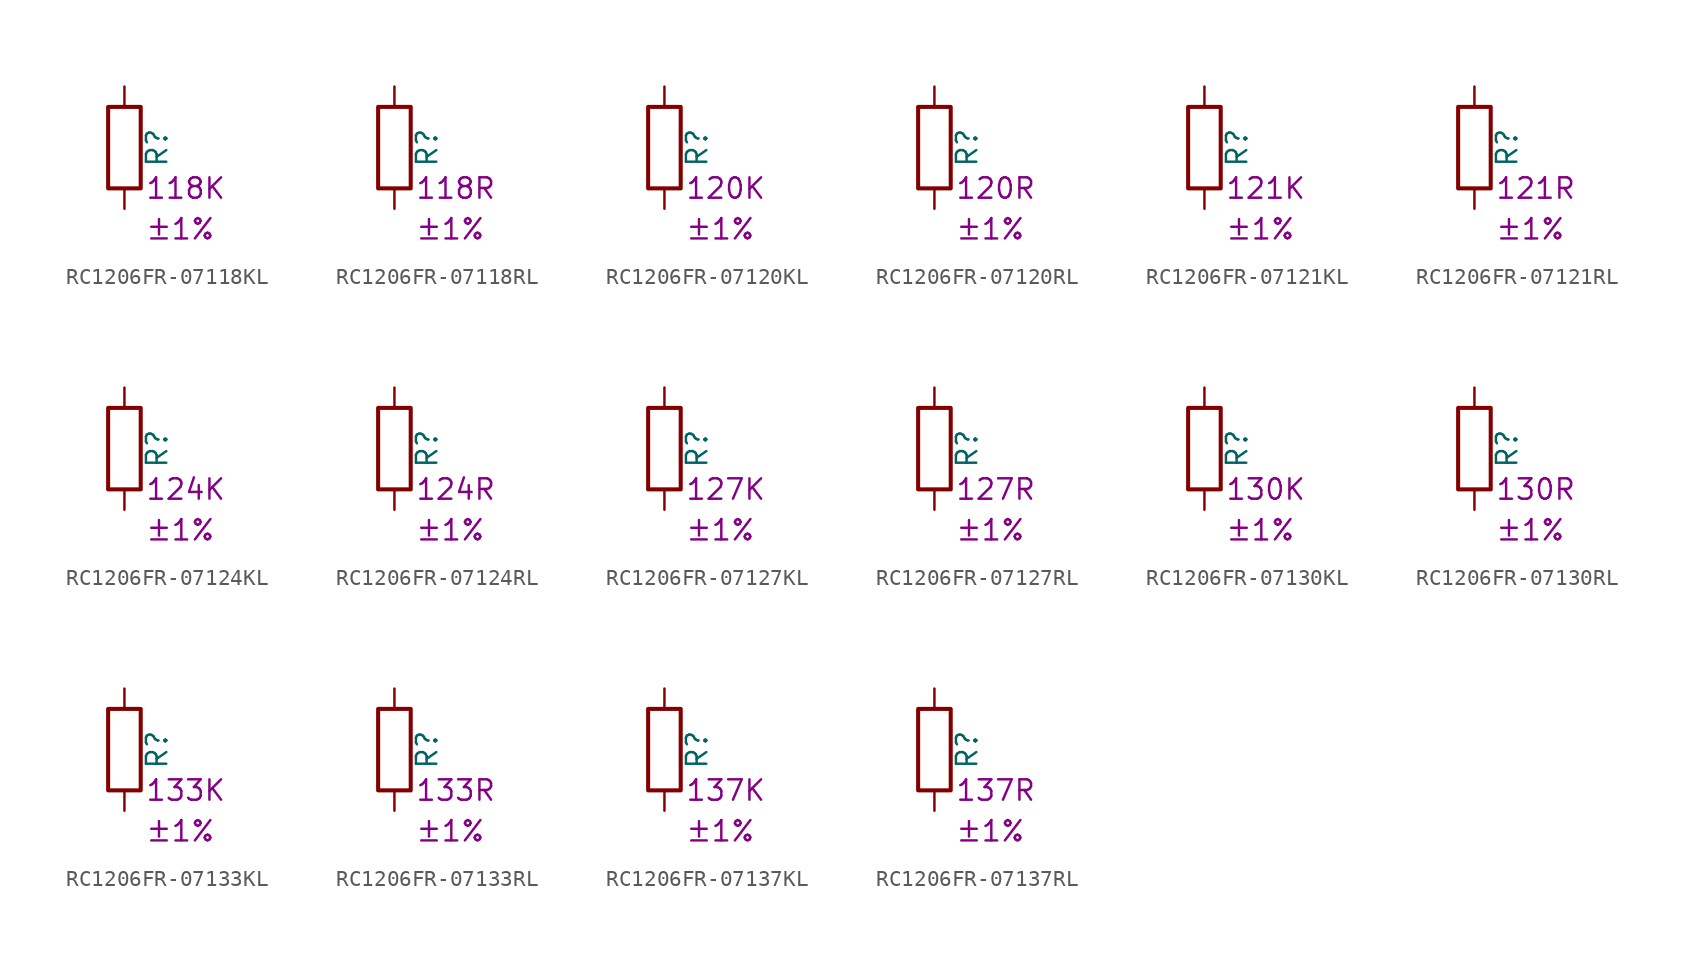
<source format=kicad_sym>
(kicad_symbol_lib
  (version 20220914)
  (generator kicad_symbol_editor)
  (symbol "RC1206FR-07118KL"
    (pin_numbers hide)
    (pin_names
      (offset 0))
    (property "Reference" "R"
      (at 2.032 0 90)
      (effects (font (size 1.27 1.27))))
    (property "Resistance" "118K"
      (at 1.27 -2.54 0)
      (effects (font (size 1.27 1.27)) (justify left)))
    (property "Tolerance" "±1%"
      (at 1.27 -5.08 0)
      (effects (font (size 1.27 1.27)) (justify left)))
    (symbol "RC1206FR-07118KL_0_1"
      (rectangle (start -1.016 -2.54) (end 1.016 2.54) (stroke (width 0.254) (type default)) (fill (type none))))
    (symbol "RC1206FR-07118KL_1_1"
      (pin passive line (at 0 3.81 270) (length 1.27) (name "~" (effects (font (size 1.27 1.27)))) (number "1" (effects (font (size 1.27 1.27)))))
      (pin passive line (at 0 -3.81 90) (length 1.27) (name "~" (effects (font (size 1.27 1.27)))) (number "2" (effects (font (size 1.27 1.27)))))))
  (symbol "RC1206FR-07118RL"
    (pin_numbers hide)
    (pin_names
      (offset 0))
    (property "Reference" "R"
      (at 2.032 0 90)
      (effects (font (size 1.27 1.27))))
    (property "Resistance" "118R"
      (at 1.27 -2.54 0)
      (effects (font (size 1.27 1.27)) (justify left)))
    (property "Tolerance" "±1%"
      (at 1.27 -5.08 0)
      (effects (font (size 1.27 1.27)) (justify left)))
    (symbol "RC1206FR-07118RL_0_1"
      (rectangle (start -1.016 -2.54) (end 1.016 2.54) (stroke (width 0.254) (type default)) (fill (type none))))
    (symbol "RC1206FR-07118RL_1_1"
      (pin passive line (at 0 3.81 270) (length 1.27) (name "~" (effects (font (size 1.27 1.27)))) (number "1" (effects (font (size 1.27 1.27)))))
      (pin passive line (at 0 -3.81 90) (length 1.27) (name "~" (effects (font (size 1.27 1.27)))) (number "2" (effects (font (size 1.27 1.27)))))))
  (symbol "RC1206FR-07120KL"
    (pin_numbers hide)
    (pin_names
      (offset 0))
    (property "Reference" "R"
      (at 2.032 0 90)
      (effects (font (size 1.27 1.27))))
    (property "Resistance" "120K"
      (at 1.27 -2.54 0)
      (effects (font (size 1.27 1.27)) (justify left)))
    (property "Tolerance" "±1%"
      (at 1.27 -5.08 0)
      (effects (font (size 1.27 1.27)) (justify left)))
    (symbol "RC1206FR-07120KL_0_1"
      (rectangle (start -1.016 -2.54) (end 1.016 2.54) (stroke (width 0.254) (type default)) (fill (type none))))
    (symbol "RC1206FR-07120KL_1_1"
      (pin passive line (at 0 3.81 270) (length 1.27) (name "~" (effects (font (size 1.27 1.27)))) (number "1" (effects (font (size 1.27 1.27)))))
      (pin passive line (at 0 -3.81 90) (length 1.27) (name "~" (effects (font (size 1.27 1.27)))) (number "2" (effects (font (size 1.27 1.27)))))))
  (symbol "RC1206FR-07120RL"
    (pin_numbers hide)
    (pin_names
      (offset 0))
    (property "Reference" "R"
      (at 2.032 0 90)
      (effects (font (size 1.27 1.27))))
    (property "Resistance" "120R"
      (at 1.27 -2.54 0)
      (effects (font (size 1.27 1.27)) (justify left)))
    (property "Tolerance" "±1%"
      (at 1.27 -5.08 0)
      (effects (font (size 1.27 1.27)) (justify left)))
    (symbol "RC1206FR-07120RL_0_1"
      (rectangle (start -1.016 -2.54) (end 1.016 2.54) (stroke (width 0.254) (type default)) (fill (type none))))
    (symbol "RC1206FR-07120RL_1_1"
      (pin passive line (at 0 3.81 270) (length 1.27) (name "~" (effects (font (size 1.27 1.27)))) (number "1" (effects (font (size 1.27 1.27)))))
      (pin passive line (at 0 -3.81 90) (length 1.27) (name "~" (effects (font (size 1.27 1.27)))) (number "2" (effects (font (size 1.27 1.27)))))))
  (symbol "RC1206FR-07121KL"
    (pin_numbers hide)
    (pin_names
      (offset 0))
    (property "Reference" "R"
      (at 2.032 0 90)
      (effects (font (size 1.27 1.27))))
    (property "Resistance" "121K"
      (at 1.27 -2.54 0)
      (effects (font (size 1.27 1.27)) (justify left)))
    (property "Tolerance" "±1%"
      (at 1.27 -5.08 0)
      (effects (font (size 1.27 1.27)) (justify left)))
    (symbol "RC1206FR-07121KL_0_1"
      (rectangle (start -1.016 -2.54) (end 1.016 2.54) (stroke (width 0.254) (type default)) (fill (type none))))
    (symbol "RC1206FR-07121KL_1_1"
      (pin passive line (at 0 3.81 270) (length 1.27) (name "~" (effects (font (size 1.27 1.27)))) (number "1" (effects (font (size 1.27 1.27)))))
      (pin passive line (at 0 -3.81 90) (length 1.27) (name "~" (effects (font (size 1.27 1.27)))) (number "2" (effects (font (size 1.27 1.27)))))))
  (symbol "RC1206FR-07121RL"
    (pin_numbers hide)
    (pin_names
      (offset 0))
    (property "Reference" "R"
      (at 2.032 0 90)
      (effects (font (size 1.27 1.27))))
    (property "Resistance" "121R"
      (at 1.27 -2.54 0)
      (effects (font (size 1.27 1.27)) (justify left)))
    (property "Tolerance" "±1%"
      (at 1.27 -5.08 0)
      (effects (font (size 1.27 1.27)) (justify left)))
    (symbol "RC1206FR-07121RL_0_1"
      (rectangle (start -1.016 -2.54) (end 1.016 2.54) (stroke (width 0.254) (type default)) (fill (type none))))
    (symbol "RC1206FR-07121RL_1_1"
      (pin passive line (at 0 3.81 270) (length 1.27) (name "~" (effects (font (size 1.27 1.27)))) (number "1" (effects (font (size 1.27 1.27)))))
      (pin passive line (at 0 -3.81 90) (length 1.27) (name "~" (effects (font (size 1.27 1.27)))) (number "2" (effects (font (size 1.27 1.27)))))))
  (symbol "RC1206FR-07124KL"
    (pin_numbers hide)
    (pin_names
      (offset 0))
    (property "Reference" "R"
      (at 2.032 0 90)
      (effects (font (size 1.27 1.27))))
    (property "Resistance" "124K"
      (at 1.27 -2.54 0)
      (effects (font (size 1.27 1.27)) (justify left)))
    (property "Tolerance" "±1%"
      (at 1.27 -5.08 0)
      (effects (font (size 1.27 1.27)) (justify left)))
    (symbol "RC1206FR-07124KL_0_1"
      (rectangle (start -1.016 -2.54) (end 1.016 2.54) (stroke (width 0.254) (type default)) (fill (type none))))
    (symbol "RC1206FR-07124KL_1_1"
      (pin passive line (at 0 3.81 270) (length 1.27) (name "~" (effects (font (size 1.27 1.27)))) (number "1" (effects (font (size 1.27 1.27)))))
      (pin passive line (at 0 -3.81 90) (length 1.27) (name "~" (effects (font (size 1.27 1.27)))) (number "2" (effects (font (size 1.27 1.27)))))))
  (symbol "RC1206FR-07124RL"
    (pin_numbers hide)
    (pin_names
      (offset 0))
    (property "Reference" "R"
      (at 2.032 0 90)
      (effects (font (size 1.27 1.27))))
    (property "Resistance" "124R"
      (at 1.27 -2.54 0)
      (effects (font (size 1.27 1.27)) (justify left)))
    (property "Tolerance" "±1%"
      (at 1.27 -5.08 0)
      (effects (font (size 1.27 1.27)) (justify left)))
    (symbol "RC1206FR-07124RL_0_1"
      (rectangle (start -1.016 -2.54) (end 1.016 2.54) (stroke (width 0.254) (type default)) (fill (type none))))
    (symbol "RC1206FR-07124RL_1_1"
      (pin passive line (at 0 3.81 270) (length 1.27) (name "~" (effects (font (size 1.27 1.27)))) (number "1" (effects (font (size 1.27 1.27)))))
      (pin passive line (at 0 -3.81 90) (length 1.27) (name "~" (effects (font (size 1.27 1.27)))) (number "2" (effects (font (size 1.27 1.27)))))))
  (symbol "RC1206FR-07127KL"
    (pin_numbers hide)
    (pin_names
      (offset 0))
    (property "Reference" "R"
      (at 2.032 0 90)
      (effects (font (size 1.27 1.27))))
    (property "Resistance" "127K"
      (at 1.27 -2.54 0)
      (effects (font (size 1.27 1.27)) (justify left)))
    (property "Tolerance" "±1%"
      (at 1.27 -5.08 0)
      (effects (font (size 1.27 1.27)) (justify left)))
    (symbol "RC1206FR-07127KL_0_1"
      (rectangle (start -1.016 -2.54) (end 1.016 2.54) (stroke (width 0.254) (type default)) (fill (type none))))
    (symbol "RC1206FR-07127KL_1_1"
      (pin passive line (at 0 3.81 270) (length 1.27) (name "~" (effects (font (size 1.27 1.27)))) (number "1" (effects (font (size 1.27 1.27)))))
      (pin passive line (at 0 -3.81 90) (length 1.27) (name "~" (effects (font (size 1.27 1.27)))) (number "2" (effects (font (size 1.27 1.27)))))))
  (symbol "RC1206FR-07127RL"
    (pin_numbers hide)
    (pin_names
      (offset 0))
    (property "Reference" "R"
      (at 2.032 0 90)
      (effects (font (size 1.27 1.27))))
    (property "Resistance" "127R"
      (at 1.27 -2.54 0)
      (effects (font (size 1.27 1.27)) (justify left)))
    (property "Tolerance" "±1%"
      (at 1.27 -5.08 0)
      (effects (font (size 1.27 1.27)) (justify left)))
    (symbol "RC1206FR-07127RL_0_1"
      (rectangle (start -1.016 -2.54) (end 1.016 2.54) (stroke (width 0.254) (type default)) (fill (type none))))
    (symbol "RC1206FR-07127RL_1_1"
      (pin passive line (at 0 3.81 270) (length 1.27) (name "~" (effects (font (size 1.27 1.27)))) (number "1" (effects (font (size 1.27 1.27)))))
      (pin passive line (at 0 -3.81 90) (length 1.27) (name "~" (effects (font (size 1.27 1.27)))) (number "2" (effects (font (size 1.27 1.27)))))))
  (symbol "RC1206FR-07130KL"
    (pin_numbers hide)
    (pin_names
      (offset 0))
    (property "Reference" "R"
      (at 2.032 0 90)
      (effects (font (size 1.27 1.27))))
    (property "Resistance" "130K"
      (at 1.27 -2.54 0)
      (effects (font (size 1.27 1.27)) (justify left)))
    (property "Tolerance" "±1%"
      (at 1.27 -5.08 0)
      (effects (font (size 1.27 1.27)) (justify left)))
    (symbol "RC1206FR-07130KL_0_1"
      (rectangle (start -1.016 -2.54) (end 1.016 2.54) (stroke (width 0.254) (type default)) (fill (type none))))
    (symbol "RC1206FR-07130KL_1_1"
      (pin passive line (at 0 3.81 270) (length 1.27) (name "~" (effects (font (size 1.27 1.27)))) (number "1" (effects (font (size 1.27 1.27)))))
      (pin passive line (at 0 -3.81 90) (length 1.27) (name "~" (effects (font (size 1.27 1.27)))) (number "2" (effects (font (size 1.27 1.27)))))))
  (symbol "RC1206FR-07130RL"
    (pin_numbers hide)
    (pin_names
      (offset 0))
    (property "Reference" "R"
      (at 2.032 0 90)
      (effects (font (size 1.27 1.27))))
    (property "Resistance" "130R"
      (at 1.27 -2.54 0)
      (effects (font (size 1.27 1.27)) (justify left)))
    (property "Tolerance" "±1%"
      (at 1.27 -5.08 0)
      (effects (font (size 1.27 1.27)) (justify left)))
    (symbol "RC1206FR-07130RL_0_1"
      (rectangle (start -1.016 -2.54) (end 1.016 2.54) (stroke (width 0.254) (type default)) (fill (type none))))
    (symbol "RC1206FR-07130RL_1_1"
      (pin passive line (at 0 3.81 270) (length 1.27) (name "~" (effects (font (size 1.27 1.27)))) (number "1" (effects (font (size 1.27 1.27)))))
      (pin passive line (at 0 -3.81 90) (length 1.27) (name "~" (effects (font (size 1.27 1.27)))) (number "2" (effects (font (size 1.27 1.27)))))))
  (symbol "RC1206FR-07133KL"
    (pin_numbers hide)
    (pin_names
      (offset 0))
    (property "Reference" "R"
      (at 2.032 0 90)
      (effects (font (size 1.27 1.27))))
    (property "Resistance" "133K"
      (at 1.27 -2.54 0)
      (effects (font (size 1.27 1.27)) (justify left)))
    (property "Tolerance" "±1%"
      (at 1.27 -5.08 0)
      (effects (font (size 1.27 1.27)) (justify left)))
    (symbol "RC1206FR-07133KL_0_1"
      (rectangle (start -1.016 -2.54) (end 1.016 2.54) (stroke (width 0.254) (type default)) (fill (type none))))
    (symbol "RC1206FR-07133KL_1_1"
      (pin passive line (at 0 3.81 270) (length 1.27) (name "~" (effects (font (size 1.27 1.27)))) (number "1" (effects (font (size 1.27 1.27)))))
      (pin passive line (at 0 -3.81 90) (length 1.27) (name "~" (effects (font (size 1.27 1.27)))) (number "2" (effects (font (size 1.27 1.27)))))))
  (symbol "RC1206FR-07133RL"
    (pin_numbers hide)
    (pin_names
      (offset 0))
    (property "Reference" "R"
      (at 2.032 0 90)
      (effects (font (size 1.27 1.27))))
    (property "Resistance" "133R"
      (at 1.27 -2.54 0)
      (effects (font (size 1.27 1.27)) (justify left)))
    (property "Tolerance" "±1%"
      (at 1.27 -5.08 0)
      (effects (font (size 1.27 1.27)) (justify left)))
    (symbol "RC1206FR-07133RL_0_1"
      (rectangle (start -1.016 -2.54) (end 1.016 2.54) (stroke (width 0.254) (type default)) (fill (type none))))
    (symbol "RC1206FR-07133RL_1_1"
      (pin passive line (at 0 3.81 270) (length 1.27) (name "~" (effects (font (size 1.27 1.27)))) (number "1" (effects (font (size 1.27 1.27)))))
      (pin passive line (at 0 -3.81 90) (length 1.27) (name "~" (effects (font (size 1.27 1.27)))) (number "2" (effects (font (size 1.27 1.27)))))))
  (symbol "RC1206FR-07137KL"
    (pin_numbers hide)
    (pin_names
      (offset 0))
    (property "Reference" "R"
      (at 2.032 0 90)
      (effects (font (size 1.27 1.27))))
    (property "Resistance" "137K"
      (at 1.27 -2.54 0)
      (effects (font (size 1.27 1.27)) (justify left)))
    (property "Tolerance" "±1%"
      (at 1.27 -5.08 0)
      (effects (font (size 1.27 1.27)) (justify left)))
    (symbol "RC1206FR-07137KL_0_1"
      (rectangle (start -1.016 -2.54) (end 1.016 2.54) (stroke (width 0.254) (type default)) (fill (type none))))
    (symbol "RC1206FR-07137KL_1_1"
      (pin passive line (at 0 3.81 270) (length 1.27) (name "~" (effects (font (size 1.27 1.27)))) (number "1" (effects (font (size 1.27 1.27)))))
      (pin passive line (at 0 -3.81 90) (length 1.27) (name "~" (effects (font (size 1.27 1.27)))) (number "2" (effects (font (size 1.27 1.27)))))))
  (symbol "RC1206FR-07137RL"
    (pin_numbers hide)
    (pin_names
      (offset 0))
    (property "Reference" "R"
      (at 2.032 0 90)
      (effects (font (size 1.27 1.27))))
    (property "Resistance" "137R"
      (at 1.27 -2.54 0)
      (effects (font (size 1.27 1.27)) (justify left)))
    (property "Tolerance" "±1%"
      (at 1.27 -5.08 0)
      (effects (font (size 1.27 1.27)) (justify left)))
    (symbol "RC1206FR-07137RL_0_1"
      (rectangle (start -1.016 -2.54) (end 1.016 2.54) (stroke (width 0.254) (type default)) (fill (type none))))
    (symbol "RC1206FR-07137RL_1_1"
      (pin passive line (at 0 3.81 270) (length 1.27) (name "~" (effects (font (size 1.27 1.27)))) (number "1" (effects (font (size 1.27 1.27)))))
      (pin passive line (at 0 -3.81 90) (length 1.27) (name "~" (effects (font (size 1.27 1.27)))) (number "2" (effects (font (size 1.27 1.27))))))))
</source>
